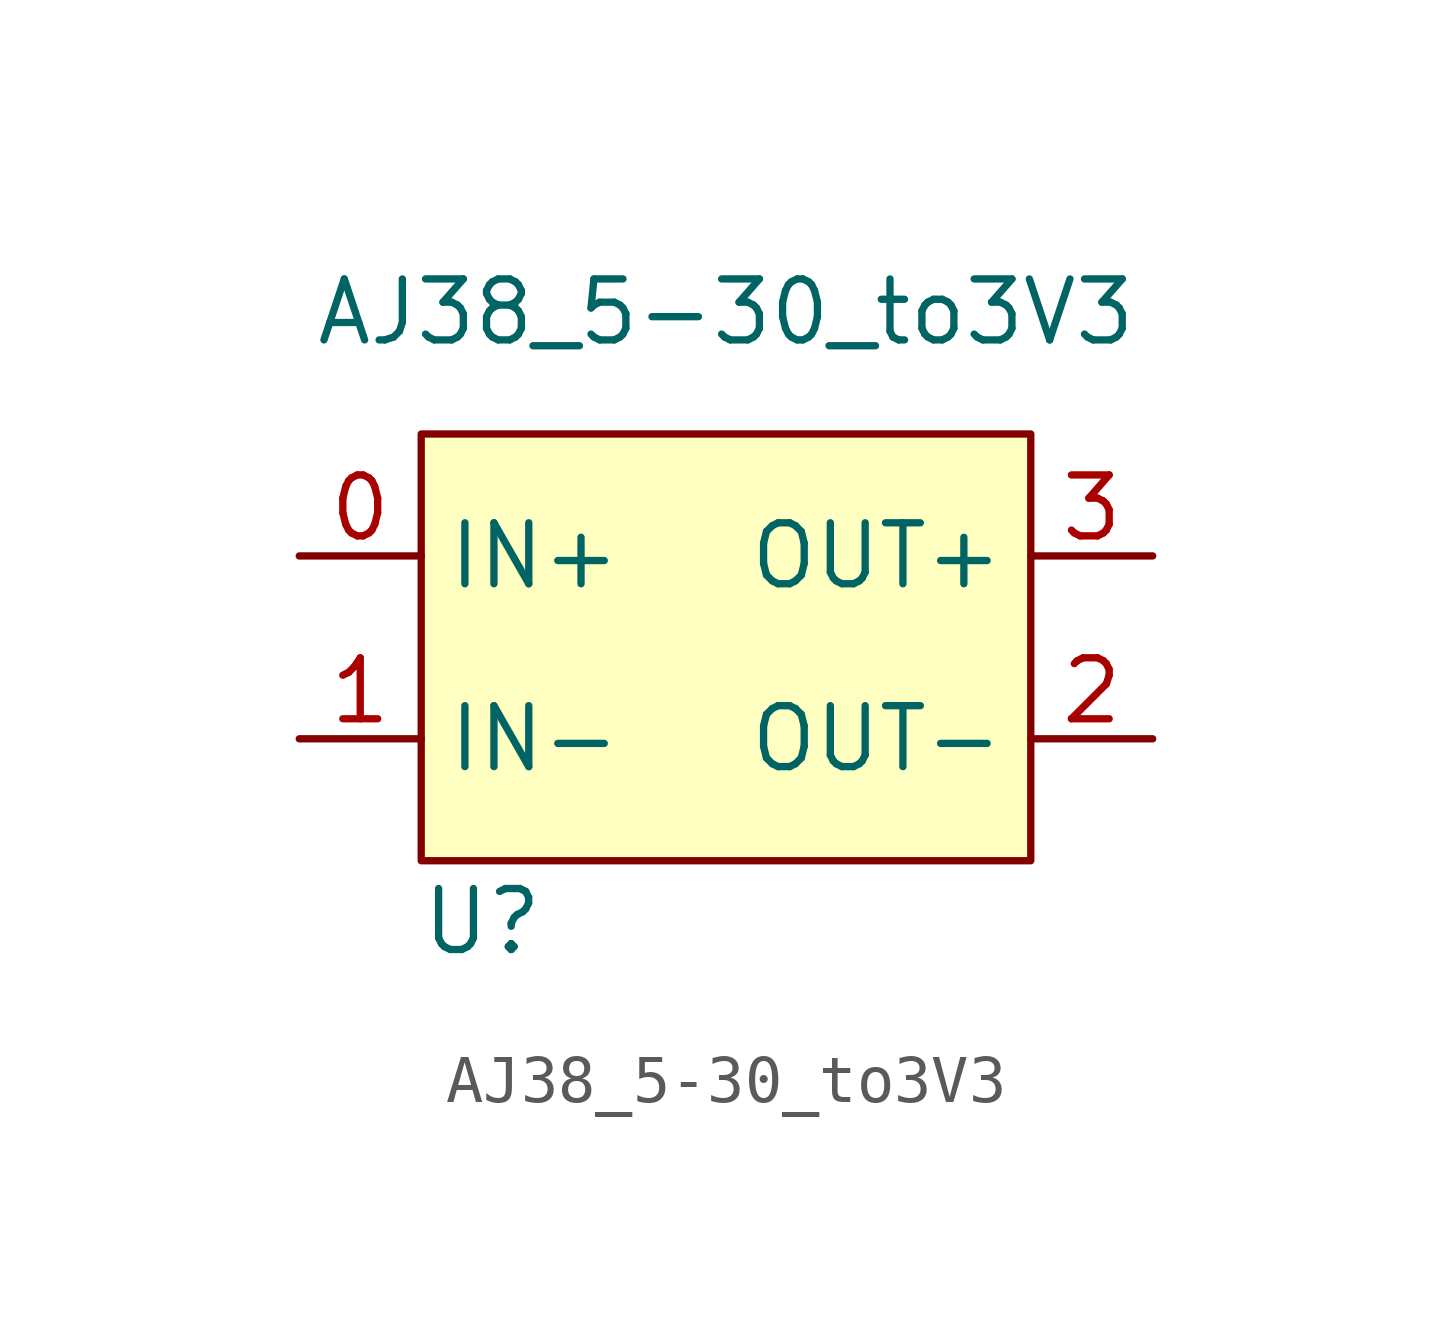
<source format=kicad_sym>
(kicad_symbol_lib
  (version 20211014)
  (generator kicad_symbol_editor)
  (symbol "AJ38_5-30_to3V3"
    (property "Reference" "U"
      (at 1.27 -10.16 0)
      (effects (font (size 1.27 1.27))))
    (property "Value" "AJ38_5-30_to3V3"
      (at 6.35 2.54 0)
      (effects (font (size 1.27 1.27))))
    (symbol "AJ38_5-30_to3V3_0_1"
      (rectangle (start 0 0) (end 12.7 -8.89) (stroke (width 0.152) (type default) (color 0 0 0 0)) (fill (type background))))
    (symbol "AJ38_5-30_to3V3_1_1"
      (pin input line (at -2.54 -2.54 0) (length 2.54) (name "IN+" (effects (font (size 1.27 1.27)))) (number "0" (effects (font (size 1.27 1.27)))))
      (pin input line (at -2.54 -6.35 0) (length 2.54) (name "IN-" (effects (font (size 1.27 1.27)))) (number "1" (effects (font (size 1.27 1.27)))))
      (pin input line (at 15.24 -6.35 180) (length 2.54) (name "OUT-" (effects (font (size 1.27 1.27)))) (number "2" (effects (font (size 1.27 1.27)))))
      (pin input line (at 15.24 -2.54 180) (length 2.54) (name "OUT+" (effects (font (size 1.27 1.27)))) (number "3" (effects (font (size 1.27 1.27))))))))
</source>
